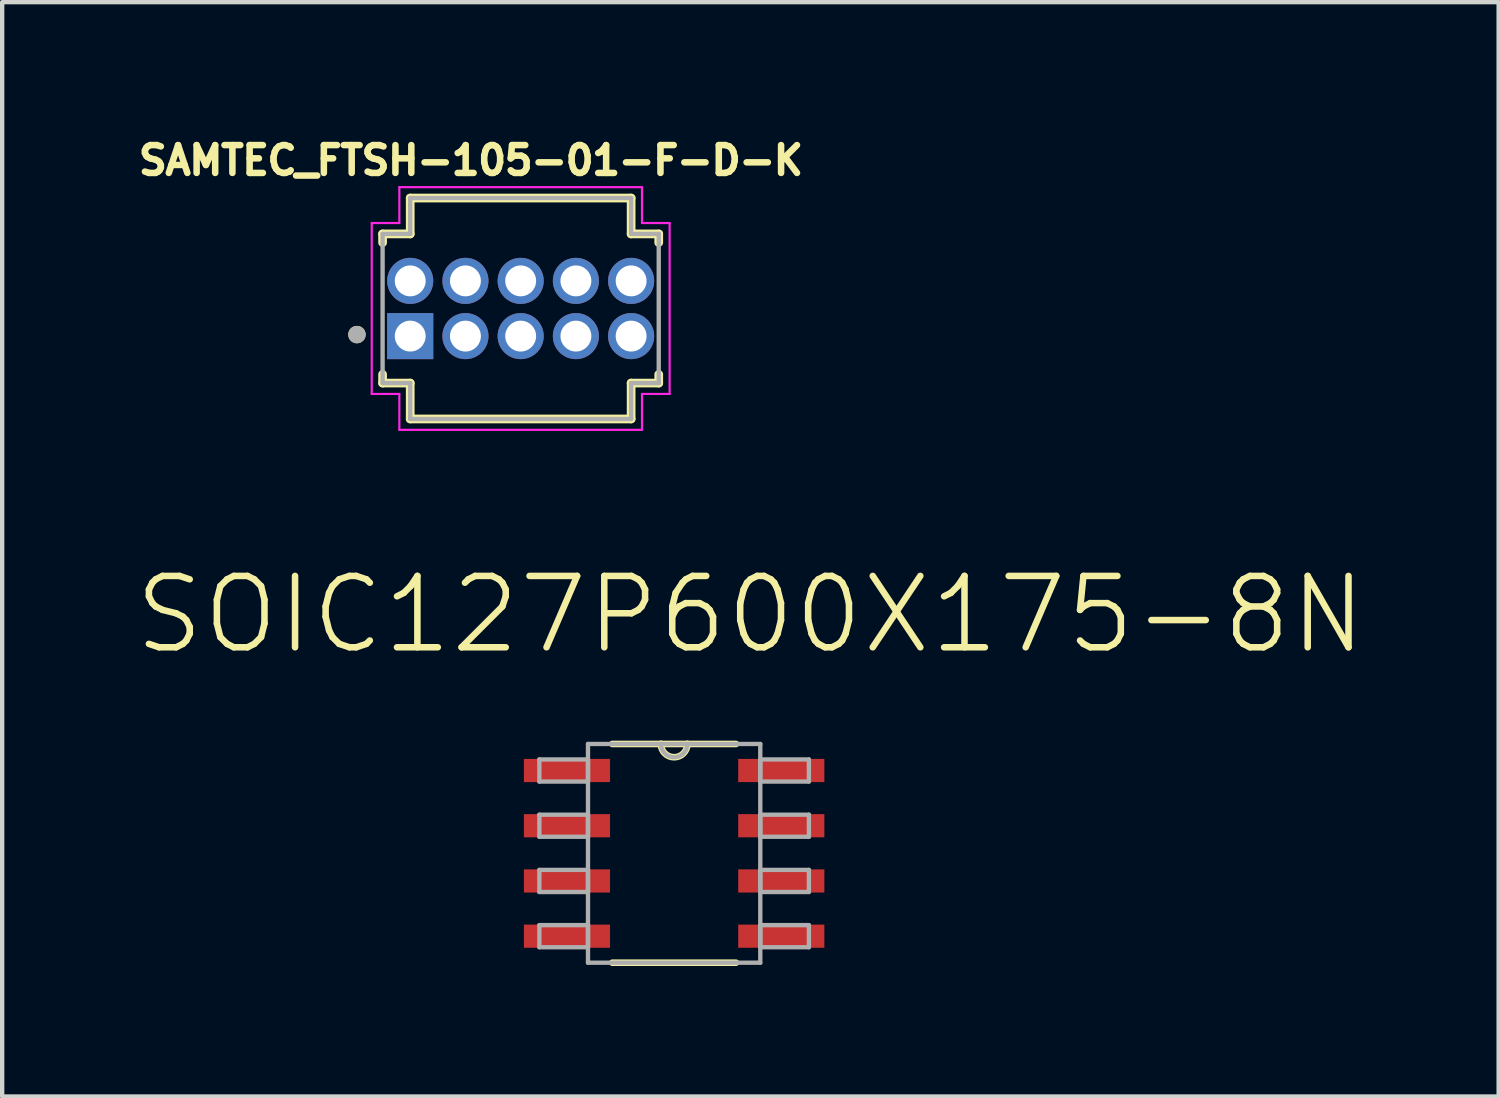
<source format=kicad_pcb>
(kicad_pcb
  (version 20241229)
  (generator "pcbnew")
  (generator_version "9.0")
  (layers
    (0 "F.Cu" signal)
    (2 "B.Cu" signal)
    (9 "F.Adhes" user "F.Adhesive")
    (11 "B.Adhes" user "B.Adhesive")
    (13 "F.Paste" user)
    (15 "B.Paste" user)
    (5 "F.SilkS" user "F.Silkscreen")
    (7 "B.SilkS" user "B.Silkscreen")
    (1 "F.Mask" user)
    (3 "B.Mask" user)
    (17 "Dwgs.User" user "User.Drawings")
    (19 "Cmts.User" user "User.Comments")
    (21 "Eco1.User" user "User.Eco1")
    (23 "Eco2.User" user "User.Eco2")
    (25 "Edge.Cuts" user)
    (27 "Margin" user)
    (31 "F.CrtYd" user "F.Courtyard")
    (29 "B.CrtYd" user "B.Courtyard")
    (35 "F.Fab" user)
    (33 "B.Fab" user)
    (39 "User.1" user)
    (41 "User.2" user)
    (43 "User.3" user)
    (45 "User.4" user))
  (footprint "SAMTEC_FTSH-105-01-F-D-K"
    (layer "F.Cu")
    (at 8.923 4.044)
    (property "Reference" "SAMTEC_FTSH-105-01-F-D-K" (at -1.143 -3.406 0) (layer "F.SilkS") (effects (font (size 0.64 0.64) (thickness 0.15))))
    (attr through_hole)
    (fp_line (start -3.175 -1.715) (end -3.175 -1.515) (stroke (width 0.2) (type solid)) (layer "F.SilkS"))
    (fp_line (start -3.175 -1.715) (end -2.54 -1.715) (stroke (width 0.2) (type solid)) (layer "F.SilkS"))
    (fp_line (start -3.175 1.715) (end -3.175 1.515) (stroke (width 0.2) (type solid)) (layer "F.SilkS"))
    (fp_line (start -3.175 1.715) (end -2.54 1.715) (stroke (width 0.2) (type solid)) (layer "F.SilkS"))
    (fp_line (start -2.54 -2.54) (end 2.54 -2.54) (stroke (width 0.2) (type solid)) (layer "F.SilkS"))
    (fp_line (start -2.54 -1.715) (end -2.54 -2.54) (stroke (width 0.2) (type solid)) (layer "F.SilkS"))
    (fp_line (start -2.54 1.715) (end -2.54 2.54) (stroke (width 0.2) (type solid)) (layer "F.SilkS"))
    (fp_line (start -2.54 2.54) (end 2.54 2.54) (stroke (width 0.2) (type solid)) (layer "F.SilkS"))
    (fp_line (start 2.54 -2.54) (end 2.54 -1.715) (stroke (width 0.2) (type solid)) (layer "F.SilkS"))
    (fp_line (start 2.54 -1.715) (end 3.175 -1.715) (stroke (width 0.2) (type solid)) (layer "F.SilkS"))
    (fp_line (start 2.54 1.715) (end 3.175 1.715) (stroke (width 0.2) (type solid)) (layer "F.SilkS"))
    (fp_line (start 2.54 2.54) (end 2.54 1.715) (stroke (width 0.2) (type solid)) (layer "F.SilkS"))
    (fp_line (start 3.175 -1.715) (end 3.175 -1.515) (stroke (width 0.2) (type solid)) (layer "F.SilkS"))
    (fp_line (start 3.175 1.715) (end 3.175 1.515) (stroke (width 0.2) (type solid)) (layer "F.SilkS"))
    (fp_circle (center -3.765 0.6) (end -3.665 0.6) (stroke (width 0.2) (type solid)) (fill no) (layer "F.SilkS"))
    (fp_line (start -3.425 -1.965) (end -2.79 -1.965) (stroke (width 0.05) (type solid)) (layer "F.CrtYd"))
    (fp_line (start -3.425 1.965) (end -3.425 -1.965) (stroke (width 0.05) (type solid)) (layer "F.CrtYd"))
    (fp_line (start -2.79 -2.79) (end 2.79 -2.79) (stroke (width 0.05) (type solid)) (layer "F.CrtYd"))
    (fp_line (start -2.79 -1.965) (end -2.79 -2.79) (stroke (width 0.05) (type solid)) (layer "F.CrtYd"))
    (fp_line (start -2.79 1.965) (end -3.425 1.965) (stroke (width 0.05) (type solid)) (layer "F.CrtYd"))
    (fp_line (start -2.79 2.79) (end -2.79 1.965) (stroke (width 0.05) (type solid)) (layer "F.CrtYd"))
    (fp_line (start 2.79 -2.79) (end 2.79 -1.965) (stroke (width 0.05) (type solid)) (layer "F.CrtYd"))
    (fp_line (start 2.79 -1.965) (end 3.425 -1.965) (stroke (width 0.05) (type solid)) (layer "F.CrtYd"))
    (fp_line (start 2.79 1.965) (end 2.79 2.79) (stroke (width 0.05) (type solid)) (layer "F.CrtYd"))
    (fp_line (start 2.79 2.79) (end -2.79 2.79) (stroke (width 0.05) (type solid)) (layer "F.CrtYd"))
    (fp_line (start 3.425 1.965) (end 2.79 1.965) (stroke (width 0.05) (type solid)) (layer "F.CrtYd"))
    (fp_line (start 3.425 1.965) (end 3.425 -1.965) (stroke (width 0.05) (type solid)) (layer "F.CrtYd"))
    (fp_line (start -3.175 -1.715) (end -3.175 1.715) (stroke (width 0.1) (type solid)) (layer "F.Fab"))
    (fp_line (start -3.175 1.715) (end -2.54 1.715) (stroke (width 0.1) (type solid)) (layer "F.Fab"))
    (fp_line (start -2.54 -2.54) (end 2.54 -2.54) (stroke (width 0.1) (type solid)) (layer "F.Fab"))
    (fp_line (start -2.54 -1.715) (end -3.175 -1.715) (stroke (width 0.1) (type solid)) (layer "F.Fab"))
    (fp_line (start -2.54 -1.715) (end -2.54 -2.54) (stroke (width 0.1) (type solid)) (layer "F.Fab"))
    (fp_line (start -2.54 1.715) (end -2.54 2.54) (stroke (width 0.1) (type solid)) (layer "F.Fab"))
    (fp_line (start -2.54 2.54) (end 2.54 2.54) (stroke (width 0.1) (type solid)) (layer "F.Fab"))
    (fp_line (start 2.54 -2.54) (end 2.54 -1.715) (stroke (width 0.1) (type solid)) (layer "F.Fab"))
    (fp_line (start 2.54 1.715) (end 3.175 1.715) (stroke (width 0.1) (type solid)) (layer "F.Fab"))
    (fp_line (start 2.54 2.54) (end 2.54 1.715) (stroke (width 0.1) (type solid)) (layer "F.Fab"))
    (fp_line (start 3.175 -1.715) (end 2.54 -1.715) (stroke (width 0.1) (type solid)) (layer "F.Fab"))
    (fp_line (start 3.175 1.715) (end 3.175 -1.715) (stroke (width 0.1) (type solid)) (layer "F.Fab"))
    (fp_circle (center -3.765 0.6) (end -3.665 0.6) (stroke (width 0.2) (type solid)) (fill no) (layer "F.Fab"))
    (pad "01" thru_hole rect (at -2.54 0.635) (size 1.06 1.06) (drill 0.71) (layers "*.Cu" "*.Mask"))
    (pad "02" thru_hole circle (at -2.54 -0.635) (size 1.06 1.06) (drill 0.71) (layers "*.Cu" "*.Mask"))
    (pad "03" thru_hole circle (at -1.27 0.635) (size 1.06 1.06) (drill 0.71) (layers "*.Cu" "*.Mask"))
    (pad "04" thru_hole circle (at -1.27 -0.635) (size 1.06 1.06) (drill 0.71) (layers "*.Cu" "*.Mask"))
    (pad "05" thru_hole circle (at 0 0.635) (size 1.06 1.06) (drill 0.71) (layers "*.Cu" "*.Mask"))
    (pad "06" thru_hole circle (at 0 -0.635) (size 1.06 1.06) (drill 0.71) (layers "*.Cu" "*.Mask"))
    (pad "07" thru_hole circle (at 1.27 0.635) (size 1.06 1.06) (drill 0.71) (layers "*.Cu" "*.Mask"))
    (pad "08" thru_hole circle (at 1.27 -0.635) (size 1.06 1.06) (drill 0.71) (layers "*.Cu" "*.Mask"))
    (pad "09" thru_hole circle (at 2.54 0.635) (size 1.06 1.06) (drill 0.71) (layers "*.Cu" "*.Mask"))
    (pad "10" thru_hole circle (at 2.54 -0.635) (size 1.06 1.06) (drill 0.71) (layers "*.Cu" "*.Mask")))
  (footprint "SOIC127P600X175-8N"
    (layer "F.Cu")
    (at 12.452 16.573)
    (property "Reference" "SOIC127P600X175-8N" (at 1.754 -5.49 0) (layer "F.SilkS") (effects (font (size 1.641 1.641) (thickness 0.15))))
    (attr smd)
    (fp_line (start -1.422 2.515) (end 1.422 2.515) (stroke (width 0.152) (type solid)) (layer "F.SilkS"))
    (fp_line (start -0.305 -2.515) (end -1.422 -2.515) (stroke (width 0.152) (type solid)) (layer "F.SilkS"))
    (fp_line (start 0.305 -2.515) (end -0.305 -2.515) (stroke (width 0.152) (type solid)) (layer "F.SilkS"))
    (fp_line (start 1.422 -2.515) (end 0.305 -2.515) (stroke (width 0.152) (type solid)) (layer "F.SilkS"))
    (fp_arc (start 0.3048 -2.5146) (mid 0 -2.2098) (end -0.3048 -2.5146) (stroke (width 0.1524) (type solid)) (layer "F.SilkS"))
    (fp_line (start -3.099 -2.159) (end -3.099 -1.651) (stroke (width 0.1) (type solid)) (layer "F.Fab"))
    (fp_line (start -3.099 -1.651) (end -1.981 -1.651) (stroke (width 0.1) (type solid)) (layer "F.Fab"))
    (fp_line (start -3.099 -0.889) (end -3.099 -0.381) (stroke (width 0.1) (type solid)) (layer "F.Fab"))
    (fp_line (start -3.099 -0.381) (end -1.981 -0.381) (stroke (width 0.1) (type solid)) (layer "F.Fab"))
    (fp_line (start -3.099 0.381) (end -3.099 0.889) (stroke (width 0.1) (type solid)) (layer "F.Fab"))
    (fp_line (start -3.099 0.889) (end -1.981 0.889) (stroke (width 0.1) (type solid)) (layer "F.Fab"))
    (fp_line (start -3.099 1.651) (end -3.099 2.159) (stroke (width 0.1) (type solid)) (layer "F.Fab"))
    (fp_line (start -3.099 2.159) (end -1.981 2.159) (stroke (width 0.1) (type solid)) (layer "F.Fab"))
    (fp_line (start -1.981 -2.515) (end -1.981 2.515) (stroke (width 0.1) (type solid)) (layer "F.Fab"))
    (fp_line (start -1.981 -2.159) (end -3.099 -2.159) (stroke (width 0.1) (type solid)) (layer "F.Fab"))
    (fp_line (start -1.981 -1.651) (end -1.981 -2.159) (stroke (width 0.1) (type solid)) (layer "F.Fab"))
    (fp_line (start -1.981 -0.889) (end -3.099 -0.889) (stroke (width 0.1) (type solid)) (layer "F.Fab"))
    (fp_line (start -1.981 -0.381) (end -1.981 -0.889) (stroke (width 0.1) (type solid)) (layer "F.Fab"))
    (fp_line (start -1.981 0.381) (end -3.099 0.381) (stroke (width 0.1) (type solid)) (layer "F.Fab"))
    (fp_line (start -1.981 0.889) (end -1.981 0.381) (stroke (width 0.1) (type solid)) (layer "F.Fab"))
    (fp_line (start -1.981 1.651) (end -3.099 1.651) (stroke (width 0.1) (type solid)) (layer "F.Fab"))
    (fp_line (start -1.981 2.159) (end -1.981 1.651) (stroke (width 0.1) (type solid)) (layer "F.Fab"))
    (fp_line (start -1.981 2.515) (end 1.981 2.515) (stroke (width 0.1) (type solid)) (layer "F.Fab"))
    (fp_line (start -0.305 -2.515) (end -1.981 -2.515) (stroke (width 0.1) (type solid)) (layer "F.Fab"))
    (fp_line (start 0.305 -2.515) (end -0.305 -2.515) (stroke (width 0.1) (type solid)) (layer "F.Fab"))
    (fp_line (start 1.981 -2.515) (end 0.305 -2.515) (stroke (width 0.1) (type solid)) (layer "F.Fab"))
    (fp_line (start 1.981 -2.159) (end 1.981 -1.651) (stroke (width 0.1) (type solid)) (layer "F.Fab"))
    (fp_line (start 1.981 -1.651) (end 3.099 -1.651) (stroke (width 0.1) (type solid)) (layer "F.Fab"))
    (fp_line (start 1.981 -0.889) (end 1.981 -0.381) (stroke (width 0.1) (type solid)) (layer "F.Fab"))
    (fp_line (start 1.981 -0.381) (end 3.099 -0.381) (stroke (width 0.1) (type solid)) (layer "F.Fab"))
    (fp_line (start 1.981 0.381) (end 1.981 0.889) (stroke (width 0.1) (type solid)) (layer "F.Fab"))
    (fp_line (start 1.981 0.889) (end 3.099 0.889) (stroke (width 0.1) (type solid)) (layer "F.Fab"))
    (fp_line (start 1.981 1.651) (end 1.981 2.159) (stroke (width 0.1) (type solid)) (layer "F.Fab"))
    (fp_line (start 1.981 2.159) (end 3.099 2.159) (stroke (width 0.1) (type solid)) (layer "F.Fab"))
    (fp_line (start 1.981 2.515) (end 1.981 -2.515) (stroke (width 0.1) (type solid)) (layer "F.Fab"))
    (fp_line (start 3.099 -2.159) (end 1.981 -2.159) (stroke (width 0.1) (type solid)) (layer "F.Fab"))
    (fp_line (start 3.099 -1.651) (end 3.099 -2.159) (stroke (width 0.1) (type solid)) (layer "F.Fab"))
    (fp_line (start 3.099 -0.889) (end 1.981 -0.889) (stroke (width 0.1) (type solid)) (layer "F.Fab"))
    (fp_line (start 3.099 -0.381) (end 3.099 -0.889) (stroke (width 0.1) (type solid)) (layer "F.Fab"))
    (fp_line (start 3.099 0.381) (end 1.981 0.381) (stroke (width 0.1) (type solid)) (layer "F.Fab"))
    (fp_line (start 3.099 0.889) (end 3.099 0.381) (stroke (width 0.1) (type solid)) (layer "F.Fab"))
    (fp_line (start 3.099 1.651) (end 1.981 1.651) (stroke (width 0.1) (type solid)) (layer "F.Fab"))
    (fp_line (start 3.099 2.159) (end 3.099 1.651) (stroke (width 0.1) (type solid)) (layer "F.Fab"))
    (fp_arc (start 0.3048 -2.5146) (mid 0 -2.2098) (end -0.3048 -2.5146) (stroke (width 0.1) (type solid)) (layer "F.Fab"))
    (pad "1" smd rect (at -2.464 -1.905) (size 1.981 0.533) (layers "F.Cu" "F.Mask" "F.Paste"))
    (pad "2" smd rect (at -2.464 -0.635) (size 1.981 0.533) (layers "F.Cu" "F.Mask" "F.Paste"))
    (pad "3" smd rect (at -2.464 0.635) (size 1.981 0.533) (layers "F.Cu" "F.Mask" "F.Paste"))
    (pad "4" smd rect (at -2.464 1.905) (size 1.981 0.533) (layers "F.Cu" "F.Mask" "F.Paste"))
    (pad "5" smd rect (at 2.464 1.905) (size 1.981 0.533) (layers "F.Cu" "F.Mask" "F.Paste"))
    (pad "6" smd rect (at 2.464 0.635) (size 1.981 0.533) (layers "F.Cu" "F.Mask" "F.Paste"))
    (pad "7" smd rect (at 2.464 -0.635) (size 1.981 0.533) (layers "F.Cu" "F.Mask" "F.Paste"))
    (pad "8" smd rect (at 2.464 -1.905) (size 1.981 0.533) (layers "F.Cu" "F.Mask" "F.Paste")))
  (gr_rect
    (start -3 -3)
    (end 31.412 22.164)
    (stroke (width 0.1) (type default))
    (fill no)
    (layer "Edge.Cuts")))
</source>
